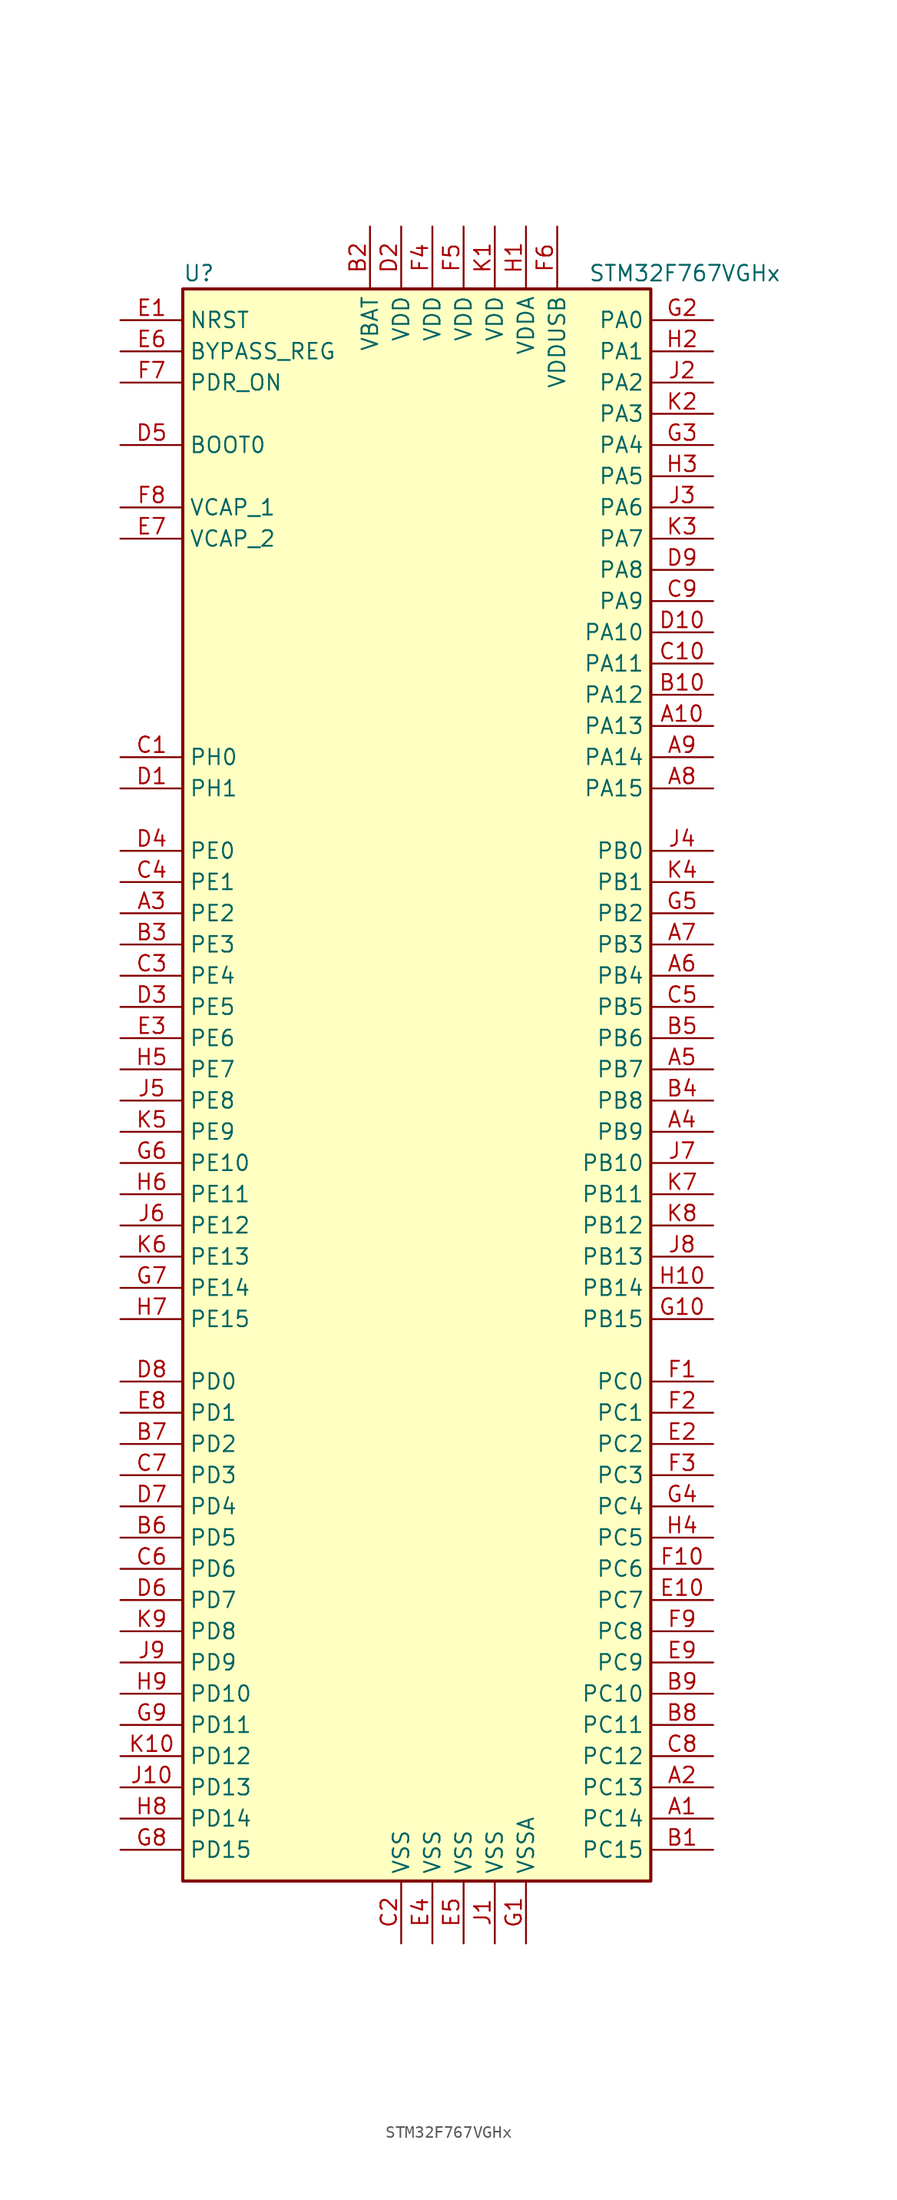
<source format=kicad_sym>
(kicad_symbol_lib
  (version 20201005)
  (generator kicad_symbol_editor)
  (symbol "STM32F767VGHx"
    (property "Reference" "U"
      (at -20.32 64.77 0)
      (effects (font (size 1.27 1.27)) (justify left)))
    (property "Value" "STM32F767VGHx"
      (at 12.7 64.77 0)
      (effects (font (size 1.27 1.27)) (justify left)))
    (symbol "STM32F767VGHx_0_1"
      (rectangle (start -20.32 -66.04) (end 17.78 63.5) (stroke (width 0.254)) (fill (type background))))
    (symbol "STM32F767VGHx_1_1"
      (pin input line (at -25.4 50.8 0) (length 5.08) (name "BOOT0" (effects (font (size 1.27 1.27)))) (number "D5" (effects (font (size 1.27 1.27)))))
      (pin input line (at -25.4 58.42 0) (length 5.08) (name "BYPASS_REG" (effects (font (size 1.27 1.27)))) (number "E6" (effects (font (size 1.27 1.27)))))
      (pin input line (at -25.4 60.96 0) (length 5.08) (name "NRST" (effects (font (size 1.27 1.27)))) (number "E1" (effects (font (size 1.27 1.27)))))
      (pin bidirectional line (at 22.86 60.96 180) (length 5.08) (name "PA0" (effects (font (size 1.27 1.27)))) (number "G2" (effects (font (size 1.27 1.27)))))
      (pin bidirectional line (at 22.86 58.42 180) (length 5.08) (name "PA1" (effects (font (size 1.27 1.27)))) (number "H2" (effects (font (size 1.27 1.27)))))
      (pin bidirectional line (at 22.86 35.56 180) (length 5.08) (name "PA10" (effects (font (size 1.27 1.27)))) (number "D10" (effects (font (size 1.27 1.27)))))
      (pin bidirectional line (at 22.86 33.02 180) (length 5.08) (name "PA11" (effects (font (size 1.27 1.27)))) (number "C10" (effects (font (size 1.27 1.27)))))
      (pin bidirectional line (at 22.86 30.48 180) (length 5.08) (name "PA12" (effects (font (size 1.27 1.27)))) (number "B10" (effects (font (size 1.27 1.27)))))
      (pin bidirectional line (at 22.86 27.94 180) (length 5.08) (name "PA13" (effects (font (size 1.27 1.27)))) (number "A10" (effects (font (size 1.27 1.27)))))
      (pin bidirectional line (at 22.86 25.4 180) (length 5.08) (name "PA14" (effects (font (size 1.27 1.27)))) (number "A9" (effects (font (size 1.27 1.27)))))
      (pin bidirectional line (at 22.86 22.86 180) (length 5.08) (name "PA15" (effects (font (size 1.27 1.27)))) (number "A8" (effects (font (size 1.27 1.27)))))
      (pin bidirectional line (at 22.86 55.88 180) (length 5.08) (name "PA2" (effects (font (size 1.27 1.27)))) (number "J2" (effects (font (size 1.27 1.27)))))
      (pin bidirectional line (at 22.86 53.34 180) (length 5.08) (name "PA3" (effects (font (size 1.27 1.27)))) (number "K2" (effects (font (size 1.27 1.27)))))
      (pin bidirectional line (at 22.86 50.8 180) (length 5.08) (name "PA4" (effects (font (size 1.27 1.27)))) (number "G3" (effects (font (size 1.27 1.27)))))
      (pin bidirectional line (at 22.86 48.26 180) (length 5.08) (name "PA5" (effects (font (size 1.27 1.27)))) (number "H3" (effects (font (size 1.27 1.27)))))
      (pin bidirectional line (at 22.86 45.72 180) (length 5.08) (name "PA6" (effects (font (size 1.27 1.27)))) (number "J3" (effects (font (size 1.27 1.27)))))
      (pin bidirectional line (at 22.86 43.18 180) (length 5.08) (name "PA7" (effects (font (size 1.27 1.27)))) (number "K3" (effects (font (size 1.27 1.27)))))
      (pin bidirectional line (at 22.86 40.64 180) (length 5.08) (name "PA8" (effects (font (size 1.27 1.27)))) (number "D9" (effects (font (size 1.27 1.27)))))
      (pin bidirectional line (at 22.86 38.1 180) (length 5.08) (name "PA9" (effects (font (size 1.27 1.27)))) (number "C9" (effects (font (size 1.27 1.27)))))
      (pin bidirectional line (at 22.86 17.78 180) (length 5.08) (name "PB0" (effects (font (size 1.27 1.27)))) (number "J4" (effects (font (size 1.27 1.27)))))
      (pin bidirectional line (at 22.86 15.24 180) (length 5.08) (name "PB1" (effects (font (size 1.27 1.27)))) (number "K4" (effects (font (size 1.27 1.27)))))
      (pin bidirectional line (at 22.86 -7.62 180) (length 5.08) (name "PB10" (effects (font (size 1.27 1.27)))) (number "J7" (effects (font (size 1.27 1.27)))))
      (pin bidirectional line (at 22.86 -10.16 180) (length 5.08) (name "PB11" (effects (font (size 1.27 1.27)))) (number "K7" (effects (font (size 1.27 1.27)))))
      (pin bidirectional line (at 22.86 -12.7 180) (length 5.08) (name "PB12" (effects (font (size 1.27 1.27)))) (number "K8" (effects (font (size 1.27 1.27)))))
      (pin bidirectional line (at 22.86 -15.24 180) (length 5.08) (name "PB13" (effects (font (size 1.27 1.27)))) (number "J8" (effects (font (size 1.27 1.27)))))
      (pin bidirectional line (at 22.86 -17.78 180) (length 5.08) (name "PB14" (effects (font (size 1.27 1.27)))) (number "H10" (effects (font (size 1.27 1.27)))))
      (pin bidirectional line (at 22.86 -20.32 180) (length 5.08) (name "PB15" (effects (font (size 1.27 1.27)))) (number "G10" (effects (font (size 1.27 1.27)))))
      (pin bidirectional line (at 22.86 12.7 180) (length 5.08) (name "PB2" (effects (font (size 1.27 1.27)))) (number "G5" (effects (font (size 1.27 1.27)))))
      (pin bidirectional line (at 22.86 10.16 180) (length 5.08) (name "PB3" (effects (font (size 1.27 1.27)))) (number "A7" (effects (font (size 1.27 1.27)))))
      (pin bidirectional line (at 22.86 7.62 180) (length 5.08) (name "PB4" (effects (font (size 1.27 1.27)))) (number "A6" (effects (font (size 1.27 1.27)))))
      (pin bidirectional line (at 22.86 5.08 180) (length 5.08) (name "PB5" (effects (font (size 1.27 1.27)))) (number "C5" (effects (font (size 1.27 1.27)))))
      (pin bidirectional line (at 22.86 2.54 180) (length 5.08) (name "PB6" (effects (font (size 1.27 1.27)))) (number "B5" (effects (font (size 1.27 1.27)))))
      (pin bidirectional line (at 22.86 0 180) (length 5.08) (name "PB7" (effects (font (size 1.27 1.27)))) (number "A5" (effects (font (size 1.27 1.27)))))
      (pin bidirectional line (at 22.86 -2.54 180) (length 5.08) (name "PB8" (effects (font (size 1.27 1.27)))) (number "B4" (effects (font (size 1.27 1.27)))))
      (pin bidirectional line (at 22.86 -5.08 180) (length 5.08) (name "PB9" (effects (font (size 1.27 1.27)))) (number "A4" (effects (font (size 1.27 1.27)))))
      (pin bidirectional line (at 22.86 -25.4 180) (length 5.08) (name "PC0" (effects (font (size 1.27 1.27)))) (number "F1" (effects (font (size 1.27 1.27)))))
      (pin bidirectional line (at 22.86 -27.94 180) (length 5.08) (name "PC1" (effects (font (size 1.27 1.27)))) (number "F2" (effects (font (size 1.27 1.27)))))
      (pin bidirectional line (at 22.86 -50.8 180) (length 5.08) (name "PC10" (effects (font (size 1.27 1.27)))) (number "B9" (effects (font (size 1.27 1.27)))))
      (pin bidirectional line (at 22.86 -53.34 180) (length 5.08) (name "PC11" (effects (font (size 1.27 1.27)))) (number "B8" (effects (font (size 1.27 1.27)))))
      (pin bidirectional line (at 22.86 -55.88 180) (length 5.08) (name "PC12" (effects (font (size 1.27 1.27)))) (number "C8" (effects (font (size 1.27 1.27)))))
      (pin bidirectional line (at 22.86 -58.42 180) (length 5.08) (name "PC13" (effects (font (size 1.27 1.27)))) (number "A2" (effects (font (size 1.27 1.27)))))
      (pin bidirectional line (at 22.86 -60.96 180) (length 5.08) (name "PC14" (effects (font (size 1.27 1.27)))) (number "A1" (effects (font (size 1.27 1.27)))))
      (pin bidirectional line (at 22.86 -63.5 180) (length 5.08) (name "PC15" (effects (font (size 1.27 1.27)))) (number "B1" (effects (font (size 1.27 1.27)))))
      (pin bidirectional line (at 22.86 -30.48 180) (length 5.08) (name "PC2" (effects (font (size 1.27 1.27)))) (number "E2" (effects (font (size 1.27 1.27)))))
      (pin bidirectional line (at 22.86 -33.02 180) (length 5.08) (name "PC3" (effects (font (size 1.27 1.27)))) (number "F3" (effects (font (size 1.27 1.27)))))
      (pin bidirectional line (at 22.86 -35.56 180) (length 5.08) (name "PC4" (effects (font (size 1.27 1.27)))) (number "G4" (effects (font (size 1.27 1.27)))))
      (pin bidirectional line (at 22.86 -38.1 180) (length 5.08) (name "PC5" (effects (font (size 1.27 1.27)))) (number "H4" (effects (font (size 1.27 1.27)))))
      (pin bidirectional line (at 22.86 -40.64 180) (length 5.08) (name "PC6" (effects (font (size 1.27 1.27)))) (number "F10" (effects (font (size 1.27 1.27)))))
      (pin bidirectional line (at 22.86 -43.18 180) (length 5.08) (name "PC7" (effects (font (size 1.27 1.27)))) (number "E10" (effects (font (size 1.27 1.27)))))
      (pin bidirectional line (at 22.86 -45.72 180) (length 5.08) (name "PC8" (effects (font (size 1.27 1.27)))) (number "F9" (effects (font (size 1.27 1.27)))))
      (pin bidirectional line (at 22.86 -48.26 180) (length 5.08) (name "PC9" (effects (font (size 1.27 1.27)))) (number "E9" (effects (font (size 1.27 1.27)))))
      (pin bidirectional line (at -25.4 -25.4 0) (length 5.08) (name "PD0" (effects (font (size 1.27 1.27)))) (number "D8" (effects (font (size 1.27 1.27)))))
      (pin bidirectional line (at -25.4 -27.94 0) (length 5.08) (name "PD1" (effects (font (size 1.27 1.27)))) (number "E8" (effects (font (size 1.27 1.27)))))
      (pin bidirectional line (at -25.4 -50.8 0) (length 5.08) (name "PD10" (effects (font (size 1.27 1.27)))) (number "H9" (effects (font (size 1.27 1.27)))))
      (pin bidirectional line (at -25.4 -53.34 0) (length 5.08) (name "PD11" (effects (font (size 1.27 1.27)))) (number "G9" (effects (font (size 1.27 1.27)))))
      (pin bidirectional line (at -25.4 -55.88 0) (length 5.08) (name "PD12" (effects (font (size 1.27 1.27)))) (number "K10" (effects (font (size 1.27 1.27)))))
      (pin bidirectional line (at -25.4 -58.42 0) (length 5.08) (name "PD13" (effects (font (size 1.27 1.27)))) (number "J10" (effects (font (size 1.27 1.27)))))
      (pin bidirectional line (at -25.4 -60.96 0) (length 5.08) (name "PD14" (effects (font (size 1.27 1.27)))) (number "H8" (effects (font (size 1.27 1.27)))))
      (pin bidirectional line (at -25.4 -63.5 0) (length 5.08) (name "PD15" (effects (font (size 1.27 1.27)))) (number "G8" (effects (font (size 1.27 1.27)))))
      (pin bidirectional line (at -25.4 -30.48 0) (length 5.08) (name "PD2" (effects (font (size 1.27 1.27)))) (number "B7" (effects (font (size 1.27 1.27)))))
      (pin bidirectional line (at -25.4 -33.02 0) (length 5.08) (name "PD3" (effects (font (size 1.27 1.27)))) (number "C7" (effects (font (size 1.27 1.27)))))
      (pin bidirectional line (at -25.4 -35.56 0) (length 5.08) (name "PD4" (effects (font (size 1.27 1.27)))) (number "D7" (effects (font (size 1.27 1.27)))))
      (pin bidirectional line (at -25.4 -38.1 0) (length 5.08) (name "PD5" (effects (font (size 1.27 1.27)))) (number "B6" (effects (font (size 1.27 1.27)))))
      (pin bidirectional line (at -25.4 -40.64 0) (length 5.08) (name "PD6" (effects (font (size 1.27 1.27)))) (number "C6" (effects (font (size 1.27 1.27)))))
      (pin bidirectional line (at -25.4 -43.18 0) (length 5.08) (name "PD7" (effects (font (size 1.27 1.27)))) (number "D6" (effects (font (size 1.27 1.27)))))
      (pin bidirectional line (at -25.4 -45.72 0) (length 5.08) (name "PD8" (effects (font (size 1.27 1.27)))) (number "K9" (effects (font (size 1.27 1.27)))))
      (pin bidirectional line (at -25.4 -48.26 0) (length 5.08) (name "PD9" (effects (font (size 1.27 1.27)))) (number "J9" (effects (font (size 1.27 1.27)))))
      (pin input line (at -25.4 55.88 0) (length 5.08) (name "PDR_ON" (effects (font (size 1.27 1.27)))) (number "F7" (effects (font (size 1.27 1.27)))))
      (pin bidirectional line (at -25.4 17.78 0) (length 5.08) (name "PE0" (effects (font (size 1.27 1.27)))) (number "D4" (effects (font (size 1.27 1.27)))))
      (pin bidirectional line (at -25.4 15.24 0) (length 5.08) (name "PE1" (effects (font (size 1.27 1.27)))) (number "C4" (effects (font (size 1.27 1.27)))))
      (pin bidirectional line (at -25.4 -7.62 0) (length 5.08) (name "PE10" (effects (font (size 1.27 1.27)))) (number "G6" (effects (font (size 1.27 1.27)))))
      (pin bidirectional line (at -25.4 -10.16 0) (length 5.08) (name "PE11" (effects (font (size 1.27 1.27)))) (number "H6" (effects (font (size 1.27 1.27)))))
      (pin bidirectional line (at -25.4 -12.7 0) (length 5.08) (name "PE12" (effects (font (size 1.27 1.27)))) (number "J6" (effects (font (size 1.27 1.27)))))
      (pin bidirectional line (at -25.4 -15.24 0) (length 5.08) (name "PE13" (effects (font (size 1.27 1.27)))) (number "K6" (effects (font (size 1.27 1.27)))))
      (pin bidirectional line (at -25.4 -17.78 0) (length 5.08) (name "PE14" (effects (font (size 1.27 1.27)))) (number "G7" (effects (font (size 1.27 1.27)))))
      (pin bidirectional line (at -25.4 -20.32 0) (length 5.08) (name "PE15" (effects (font (size 1.27 1.27)))) (number "H7" (effects (font (size 1.27 1.27)))))
      (pin bidirectional line (at -25.4 12.7 0) (length 5.08) (name "PE2" (effects (font (size 1.27 1.27)))) (number "A3" (effects (font (size 1.27 1.27)))))
      (pin bidirectional line (at -25.4 10.16 0) (length 5.08) (name "PE3" (effects (font (size 1.27 1.27)))) (number "B3" (effects (font (size 1.27 1.27)))))
      (pin bidirectional line (at -25.4 7.62 0) (length 5.08) (name "PE4" (effects (font (size 1.27 1.27)))) (number "C3" (effects (font (size 1.27 1.27)))))
      (pin bidirectional line (at -25.4 5.08 0) (length 5.08) (name "PE5" (effects (font (size 1.27 1.27)))) (number "D3" (effects (font (size 1.27 1.27)))))
      (pin bidirectional line (at -25.4 2.54 0) (length 5.08) (name "PE6" (effects (font (size 1.27 1.27)))) (number "E3" (effects (font (size 1.27 1.27)))))
      (pin bidirectional line (at -25.4 0 0) (length 5.08) (name "PE7" (effects (font (size 1.27 1.27)))) (number "H5" (effects (font (size 1.27 1.27)))))
      (pin bidirectional line (at -25.4 -2.54 0) (length 5.08) (name "PE8" (effects (font (size 1.27 1.27)))) (number "J5" (effects (font (size 1.27 1.27)))))
      (pin bidirectional line (at -25.4 -5.08 0) (length 5.08) (name "PE9" (effects (font (size 1.27 1.27)))) (number "K5" (effects (font (size 1.27 1.27)))))
      (pin input line (at -25.4 25.4 0) (length 5.08) (name "PH0" (effects (font (size 1.27 1.27)))) (number "C1" (effects (font (size 1.27 1.27)))))
      (pin input line (at -25.4 22.86 0) (length 5.08) (name "PH1" (effects (font (size 1.27 1.27)))) (number "D1" (effects (font (size 1.27 1.27)))))
      (pin power_in line (at -5.08 68.58 270) (length 5.08) (name "VBAT" (effects (font (size 1.27 1.27)))) (number "B2" (effects (font (size 1.27 1.27)))))
      (pin power_in line (at -25.4 45.72 0) (length 5.08) (name "VCAP_1" (effects (font (size 1.27 1.27)))) (number "F8" (effects (font (size 1.27 1.27)))))
      (pin power_in line (at -25.4 43.18 0) (length 5.08) (name "VCAP_2" (effects (font (size 1.27 1.27)))) (number "E7" (effects (font (size 1.27 1.27)))))
      (pin power_in line (at -2.54 68.58 270) (length 5.08) (name "VDD" (effects (font (size 1.27 1.27)))) (number "D2" (effects (font (size 1.27 1.27)))))
      (pin power_in line (at 0 68.58 270) (length 5.08) (name "VDD" (effects (font (size 1.27 1.27)))) (number "F4" (effects (font (size 1.27 1.27)))))
      (pin power_in line (at 2.54 68.58 270) (length 5.08) (name "VDD" (effects (font (size 1.27 1.27)))) (number "F5" (effects (font (size 1.27 1.27)))))
      (pin power_in line (at 5.08 68.58 270) (length 5.08) (name "VDD" (effects (font (size 1.27 1.27)))) (number "K1" (effects (font (size 1.27 1.27)))))
      (pin power_in line (at 7.62 68.58 270) (length 5.08) (name "VDDA" (effects (font (size 1.27 1.27)))) (number "H1" (effects (font (size 1.27 1.27)))))
      (pin power_in line (at 10.16 68.58 270) (length 5.08) (name "VDDUSB" (effects (font (size 1.27 1.27)))) (number "F6" (effects (font (size 1.27 1.27)))))
      (pin power_in line (at -2.54 -71.12 90) (length 5.08) (name "VSS" (effects (font (size 1.27 1.27)))) (number "C2" (effects (font (size 1.27 1.27)))))
      (pin power_in line (at 0 -71.12 90) (length 5.08) (name "VSS" (effects (font (size 1.27 1.27)))) (number "E4" (effects (font (size 1.27 1.27)))))
      (pin power_in line (at 2.54 -71.12 90) (length 5.08) (name "VSS" (effects (font (size 1.27 1.27)))) (number "E5" (effects (font (size 1.27 1.27)))))
      (pin power_in line (at 5.08 -71.12 90) (length 5.08) (name "VSS" (effects (font (size 1.27 1.27)))) (number "J1" (effects (font (size 1.27 1.27)))))
      (pin power_in line (at 7.62 -71.12 90) (length 5.08) (name "VSSA" (effects (font (size 1.27 1.27)))) (number "G1" (effects (font (size 1.27 1.27))))))))
</source>
